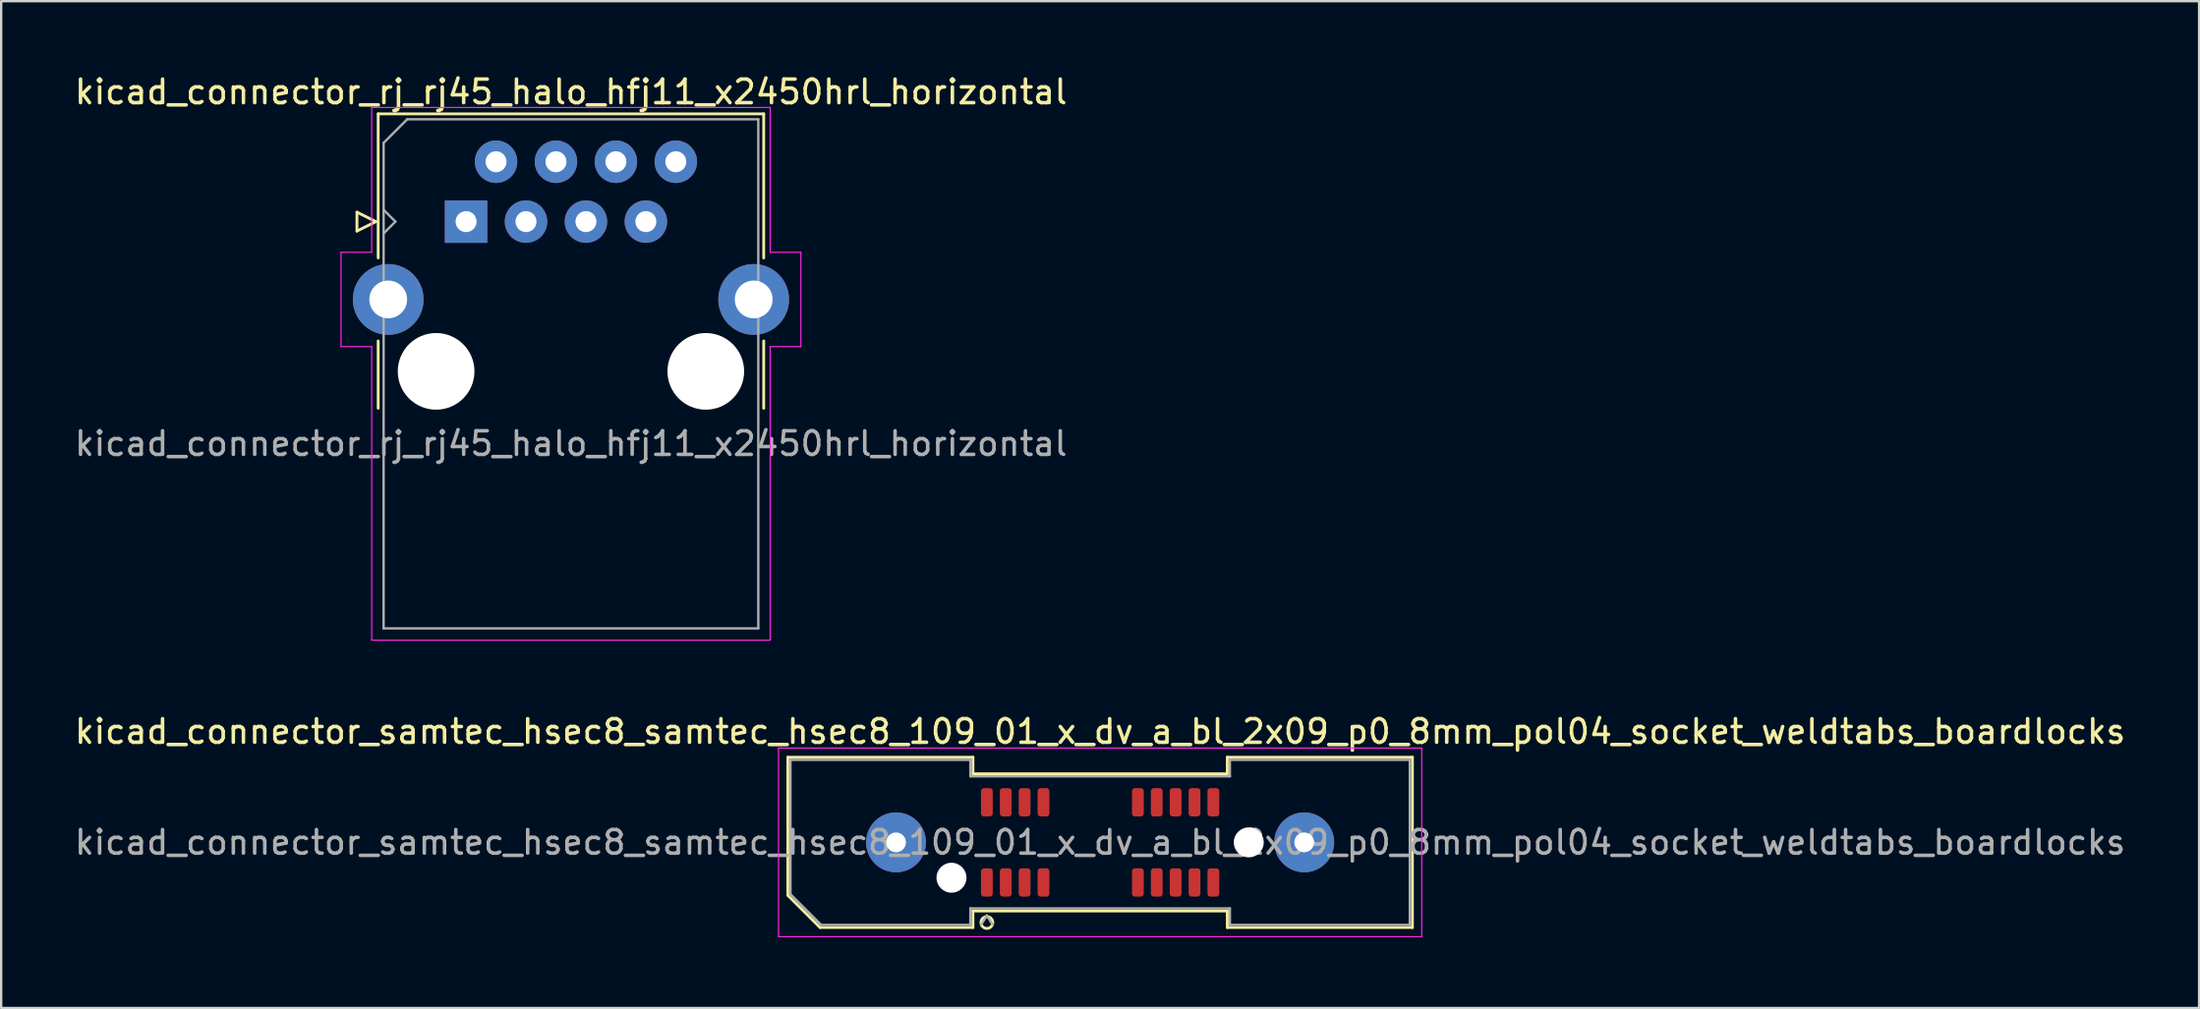
<source format=kicad_pcb>
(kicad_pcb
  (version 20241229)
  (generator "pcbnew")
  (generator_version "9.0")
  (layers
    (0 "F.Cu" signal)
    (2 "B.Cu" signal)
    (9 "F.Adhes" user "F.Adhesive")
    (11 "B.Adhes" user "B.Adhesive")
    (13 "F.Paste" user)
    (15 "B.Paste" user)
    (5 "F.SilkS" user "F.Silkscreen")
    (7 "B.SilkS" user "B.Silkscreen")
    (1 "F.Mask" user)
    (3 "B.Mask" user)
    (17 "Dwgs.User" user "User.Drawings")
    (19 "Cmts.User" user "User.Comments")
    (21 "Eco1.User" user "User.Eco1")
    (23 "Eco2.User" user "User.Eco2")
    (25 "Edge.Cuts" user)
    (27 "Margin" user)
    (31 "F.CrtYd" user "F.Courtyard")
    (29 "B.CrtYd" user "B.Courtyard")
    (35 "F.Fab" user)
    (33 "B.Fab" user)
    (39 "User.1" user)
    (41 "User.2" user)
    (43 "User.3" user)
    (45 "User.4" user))
  (footprint "kicad_connector_samtec_hsec8_samtec_hsec8_109_01_x_dv_a_bl_2x09_p0_8mm_pol04_socket_weldtabs_boardlocks"
    (layer "F.Cu")
    (at 43.577 32.672)
    (property "Reference" "kicad_connector_samtec_hsec8_samtec_hsec8_109_01_x_dv_a_bl_2x09_p0_8mm_pol04_socket_weldtabs_boardlocks" (at 0 -4.7 0) (layer "F.SilkS") (effects (font (size 1 1) (thickness 0.15))))
    (attr smd)
    (fp_line (start -13.235 -3.61) (end -5.39 -3.61) (stroke (width 0.12) (type solid)) (layer "F.SilkS"))
    (fp_line (start -13.235 2.246) (end -13.235 -3.61) (stroke (width 0.12) (type solid)) (layer "F.SilkS"))
    (fp_line (start -11.871 3.61) (end -13.235 2.246) (stroke (width 0.12) (type solid)) (layer "F.SilkS"))
    (fp_line (start -5.39 -3.61) (end -5.39 -2.91) (stroke (width 0.12) (type solid)) (layer "F.SilkS"))
    (fp_line (start -5.39 -2.91) (end 5.39 -2.91) (stroke (width 0.12) (type solid)) (layer "F.SilkS"))
    (fp_line (start -5.39 2.91) (end -5.39 3.61) (stroke (width 0.12) (type solid)) (layer "F.SilkS"))
    (fp_line (start -5.39 3.61) (end -11.871 3.61) (stroke (width 0.12) (type solid)) (layer "F.SilkS"))
    (fp_line (start 5.39 -3.61) (end 13.235 -3.61) (stroke (width 0.12) (type solid)) (layer "F.SilkS"))
    (fp_line (start 5.39 -2.91) (end 5.39 -3.61) (stroke (width 0.12) (type solid)) (layer "F.SilkS"))
    (fp_line (start 5.39 2.91) (end -5.39 2.91) (stroke (width 0.12) (type solid)) (layer "F.SilkS"))
    (fp_line (start 5.39 3.61) (end 5.39 2.91) (stroke (width 0.12) (type solid)) (layer "F.SilkS"))
    (fp_line (start 13.235 -3.61) (end 13.235 3.61) (stroke (width 0.12) (type solid)) (layer "F.SilkS"))
    (fp_line (start 13.235 3.61) (end 5.39 3.61) (stroke (width 0.12) (type solid)) (layer "F.SilkS"))
    (fp_circle (center -4.8 3.4) (end -4.55 3.4) (stroke (width 0.12) (type solid)) (fill no) (layer "F.SilkS"))
    (fp_line (start -13.63 -4) (end -13.63 4) (stroke (width 0.05) (type solid)) (layer "F.CrtYd"))
    (fp_line (start -13.63 4) (end 13.63 4) (stroke (width 0.05) (type solid)) (layer "F.CrtYd"))
    (fp_line (start 13.63 -4) (end -13.63 -4) (stroke (width 0.05) (type solid)) (layer "F.CrtYd"))
    (fp_line (start 13.63 4) (end 13.63 -4) (stroke (width 0.05) (type solid)) (layer "F.CrtYd"))
    (fp_line (start -13.125 -3.5) (end -5.5 -3.5) (stroke (width 0.1) (type solid)) (layer "F.Fab"))
    (fp_line (start -13.125 2.2) (end -13.125 -3.5) (stroke (width 0.1) (type solid)) (layer "F.Fab"))
    (fp_line (start -11.825 3.5) (end -13.125 2.2) (stroke (width 0.1) (type solid)) (layer "F.Fab"))
    (fp_line (start -5.5 -3.5) (end -5.5 -2.8) (stroke (width 0.1) (type solid)) (layer "F.Fab"))
    (fp_line (start -5.5 -2.8) (end 5.5 -2.8) (stroke (width 0.1) (type solid)) (layer "F.Fab"))
    (fp_line (start -5.5 2.8) (end -5.5 3.5) (stroke (width 0.1) (type solid)) (layer "F.Fab"))
    (fp_line (start -5.5 3.5) (end -11.825 3.5) (stroke (width 0.1) (type solid)) (layer "F.Fab"))
    (fp_line (start -4.8 3.1) (end -5.05 3.5) (stroke (width 0.1) (type solid)) (layer "F.Fab"))
    (fp_line (start -4.8 3.1) (end -4.55 3.5) (stroke (width 0.1) (type solid)) (layer "F.Fab"))
    (fp_line (start 5.5 -3.5) (end 13.125 -3.5) (stroke (width 0.1) (type solid)) (layer "F.Fab"))
    (fp_line (start 5.5 -2.8) (end 5.5 -3.5) (stroke (width 0.1) (type solid)) (layer "F.Fab"))
    (fp_line (start 5.5 2.8) (end -5.5 2.8) (stroke (width 0.1) (type solid)) (layer "F.Fab"))
    (fp_line (start 5.5 3.5) (end 5.5 2.8) (stroke (width 0.1) (type solid)) (layer "F.Fab"))
    (fp_line (start 13.125 -3.5) (end 13.125 3.5) (stroke (width 0.1) (type solid)) (layer "F.Fab"))
    (fp_line (start 13.125 3.5) (end 5.5 3.5) (stroke (width 0.1) (type solid)) (layer "F.Fab"))
    (fp_text user "${REFERENCE}" (at 0 0 0) (layer "F.Fab") (effects (font (size 1 1) (thickness 0.15))))
    (pad "" thru_hole circle (at -8.65 0) (size 2.54 2.54) (drill 0.84) (layers "*.Cu" "*.Mask" "F.Paste"))
    (pad "" np_thru_hole circle (at -6.3 1.5) (size 1.27 1.27) (drill 1.27) (layers "*.Cu" "*.Mask"))
    (pad "" np_thru_hole circle (at 6.3 0) (size 1.27 1.27) (drill 1.27) (layers "*.Cu" "*.Mask"))
    (pad "" thru_hole circle (at 8.65 0) (size 2.54 2.54) (drill 0.84) (layers "*.Cu" "*.Mask" "F.Paste"))
    (pad "1" smd roundrect (at -4.8 1.7) (size 0.5 1.2) (layers "F.Cu" "F.Mask" "F.Paste") (roundrect_rratio 0.25))
    (pad "2" smd roundrect (at -4.8 -1.7) (size 0.5 1.2) (layers "F.Cu" "F.Mask" "F.Paste") (roundrect_rratio 0.25))
    (pad "3" smd roundrect (at -4 1.7) (size 0.5 1.2) (layers "F.Cu" "F.Mask" "F.Paste") (roundrect_rratio 0.25))
    (pad "4" smd roundrect (at -4 -1.7) (size 0.5 1.2) (layers "F.Cu" "F.Mask" "F.Paste") (roundrect_rratio 0.25))
    (pad "5" smd roundrect (at -3.2 1.7) (size 0.5 1.2) (layers "F.Cu" "F.Mask" "F.Paste") (roundrect_rratio 0.25))
    (pad "6" smd roundrect (at -3.2 -1.7) (size 0.5 1.2) (layers "F.Cu" "F.Mask" "F.Paste") (roundrect_rratio 0.25))
    (pad "7" smd roundrect (at -2.4 1.7) (size 0.5 1.2) (layers "F.Cu" "F.Mask" "F.Paste") (roundrect_rratio 0.25))
    (pad "8" smd roundrect (at -2.4 -1.7) (size 0.5 1.2) (layers "F.Cu" "F.Mask" "F.Paste") (roundrect_rratio 0.25))
    (pad "9" smd roundrect (at 1.6 1.7) (size 0.5 1.2) (layers "F.Cu" "F.Mask" "F.Paste") (roundrect_rratio 0.25))
    (pad "10" smd roundrect (at 1.6 -1.7) (size 0.5 1.2) (layers "F.Cu" "F.Mask" "F.Paste") (roundrect_rratio 0.25))
    (pad "11" smd roundrect (at 2.4 1.7) (size 0.5 1.2) (layers "F.Cu" "F.Mask" "F.Paste") (roundrect_rratio 0.25))
    (pad "12" smd roundrect (at 2.4 -1.7) (size 0.5 1.2) (layers "F.Cu" "F.Mask" "F.Paste") (roundrect_rratio 0.25))
    (pad "13" smd roundrect (at 3.2 1.7) (size 0.5 1.2) (layers "F.Cu" "F.Mask" "F.Paste") (roundrect_rratio 0.25))
    (pad "14" smd roundrect (at 3.2 -1.7) (size 0.5 1.2) (layers "F.Cu" "F.Mask" "F.Paste") (roundrect_rratio 0.25))
    (pad "15" smd roundrect (at 4 1.7) (size 0.5 1.2) (layers "F.Cu" "F.Mask" "F.Paste") (roundrect_rratio 0.25))
    (pad "16" smd roundrect (at 4 -1.7) (size 0.5 1.2) (layers "F.Cu" "F.Mask" "F.Paste") (roundrect_rratio 0.25))
    (pad "17" smd roundrect (at 4.8 1.7) (size 0.5 1.2) (layers "F.Cu" "F.Mask" "F.Paste") (roundrect_rratio 0.25))
    (pad "18" smd roundrect (at 4.8 -1.7) (size 0.5 1.2) (layers "F.Cu" "F.Mask" "F.Paste") (roundrect_rratio 0.25)))
  (footprint "kicad_connector_rj_rj45_halo_hfj11_x2450hrl_horizontal"
    (layer "F.Cu")
    (at 16.704 6.348)
    (property "Reference" "kicad_connector_rj_rj45_halo_hfj11_x2450hrl_horizontal" (at 4.445 -5.5 0) (layer "F.SilkS") (effects (font (size 1 1) (thickness 0.15))))
    (attr through_hole)
    (fp_line (start -4.625 -0.4) (end -4.625 0.4) (stroke (width 0.12) (type solid)) (layer "F.SilkS"))
    (fp_line (start -4.625 0.4) (end -3.825 0) (stroke (width 0.12) (type solid)) (layer "F.SilkS"))
    (fp_line (start -3.825 0) (end -4.625 -0.4) (stroke (width 0.12) (type solid)) (layer "F.SilkS"))
    (fp_line (start -3.725 -4.57) (end -3.725 1.54) (stroke (width 0.12) (type solid)) (layer "F.SilkS"))
    (fp_line (start -3.725 7.915) (end -3.725 5.06) (stroke (width 0.12) (type solid)) (layer "F.SilkS"))
    (fp_line (start 12.615 -4.57) (end -3.725 -4.57) (stroke (width 0.12) (type solid)) (layer "F.SilkS"))
    (fp_line (start 12.615 -4.57) (end 12.615 1.54) (stroke (width 0.12) (type solid)) (layer "F.SilkS"))
    (fp_line (start 12.615 7.915) (end 12.615 5.06) (stroke (width 0.12) (type solid)) (layer "F.SilkS"))
    (fp_line (start -5.3 1.3) (end -5.3 5.3) (stroke (width 0.05) (type default)) (layer "F.CrtYd"))
    (fp_line (start -5.3 5.3) (end -4 5.3) (stroke (width 0.05) (type default)) (layer "F.CrtYd"))
    (fp_line (start -4 -4.84) (end -4 1.3) (stroke (width 0.05) (type default)) (layer "F.CrtYd"))
    (fp_line (start -4 1.3) (end -5.3 1.3) (stroke (width 0.05) (type default)) (layer "F.CrtYd"))
    (fp_line (start -4 5.3) (end -4 17.75) (stroke (width 0.05) (type default)) (layer "F.CrtYd"))
    (fp_line (start -4 17.75) (end 12.89 17.75) (stroke (width 0.05) (type default)) (layer "F.CrtYd"))
    (fp_line (start 12.89 -4.84) (end -4 -4.84) (stroke (width 0.05) (type default)) (layer "F.CrtYd"))
    (fp_line (start 12.89 1.3) (end 12.89 -4.84) (stroke (width 0.05) (type default)) (layer "F.CrtYd"))
    (fp_line (start 12.89 5.3) (end 14.19 5.3) (stroke (width 0.05) (type default)) (layer "F.CrtYd"))
    (fp_line (start 12.89 17.75) (end 12.89 5.3) (stroke (width 0.05) (type default)) (layer "F.CrtYd"))
    (fp_line (start 14.19 1.3) (end 12.89 1.3) (stroke (width 0.05) (type default)) (layer "F.CrtYd"))
    (fp_line (start 14.19 5.3) (end 14.19 1.3) (stroke (width 0.05) (type default)) (layer "F.CrtYd"))
    (fp_line (start -3.495 -3.34) (end -2.495 -4.34) (stroke (width 0.1) (type default)) (layer "F.Fab"))
    (fp_line (start -3.495 -0.5) (end -2.995 0) (stroke (width 0.1) (type default)) (layer "F.Fab"))
    (fp_line (start -3.495 17.25) (end -3.495 -3.34) (stroke (width 0.1) (type solid)) (layer "F.Fab"))
    (fp_line (start -2.995 0) (end -3.495 0.5) (stroke (width 0.1) (type default)) (layer "F.Fab"))
    (fp_line (start -2.495 -4.34) (end 12.385 -4.34) (stroke (width 0.1) (type solid)) (layer "F.Fab"))
    (fp_line (start 12.385 -4.34) (end 12.385 17.25) (stroke (width 0.1) (type solid)) (layer "F.Fab"))
    (fp_line (start 12.385 17.25) (end -3.495 17.25) (stroke (width 0.1) (type solid)) (layer "F.Fab"))
    (fp_text user "${REFERENCE}" (at 4.445 10 0) (unlocked yes) (layer "F.Fab") (effects (font (size 1 1) (thickness 0.15)) (justify bottom)))
    (pad "" np_thru_hole circle (at -1.27 6.35) (size 3.25 3.25) (drill 3.25) (layers "*.Cu" "*.Mask"))
    (pad "" np_thru_hole circle (at 10.16 6.35) (size 3.25 3.25) (drill 3.25) (layers "*.Cu" "*.Mask"))
    (pad "1" thru_hole rect (at 0 0) (size 1.8 1.8) (drill 0.89) (layers "*.Cu" "*.Mask"))
    (pad "2" thru_hole circle (at 1.27 -2.54) (size 1.8 1.8) (drill 0.89) (layers "*.Cu" "*.Mask"))
    (pad "3" thru_hole circle (at 2.54 0) (size 1.8 1.8) (drill 0.89) (layers "*.Cu" "*.Mask"))
    (pad "4" thru_hole circle (at 3.81 -2.54) (size 1.8 1.8) (drill 0.89) (layers "*.Cu" "*.Mask"))
    (pad "5" thru_hole circle (at 5.08 0) (size 1.8 1.8) (drill 0.89) (layers "*.Cu" "*.Mask"))
    (pad "6" thru_hole circle (at 6.35 -2.54) (size 1.8 1.8) (drill 0.89) (layers "*.Cu" "*.Mask"))
    (pad "7" thru_hole circle (at 7.62 0) (size 1.8 1.8) (drill 0.89) (layers "*.Cu" "*.Mask"))
    (pad "8" thru_hole circle (at 8.89 -2.54) (size 1.8 1.8) (drill 0.89) (layers "*.Cu" "*.Mask"))
    (pad "SH" thru_hole circle (at -3.3 3.3) (size 3 3) (drill 1.6) (layers "*.Cu" "*.Mask"))
    (pad "SH" thru_hole circle (at 12.19 3.3) (size 3 3) (drill 1.6) (layers "*.Cu" "*.Mask")))
  (gr_rect
    (start -3 -3)
    (end 90.155 39.697)
    (stroke (width 0.1) (type default))
    (fill no)
    (layer "Edge.Cuts")))
</source>
